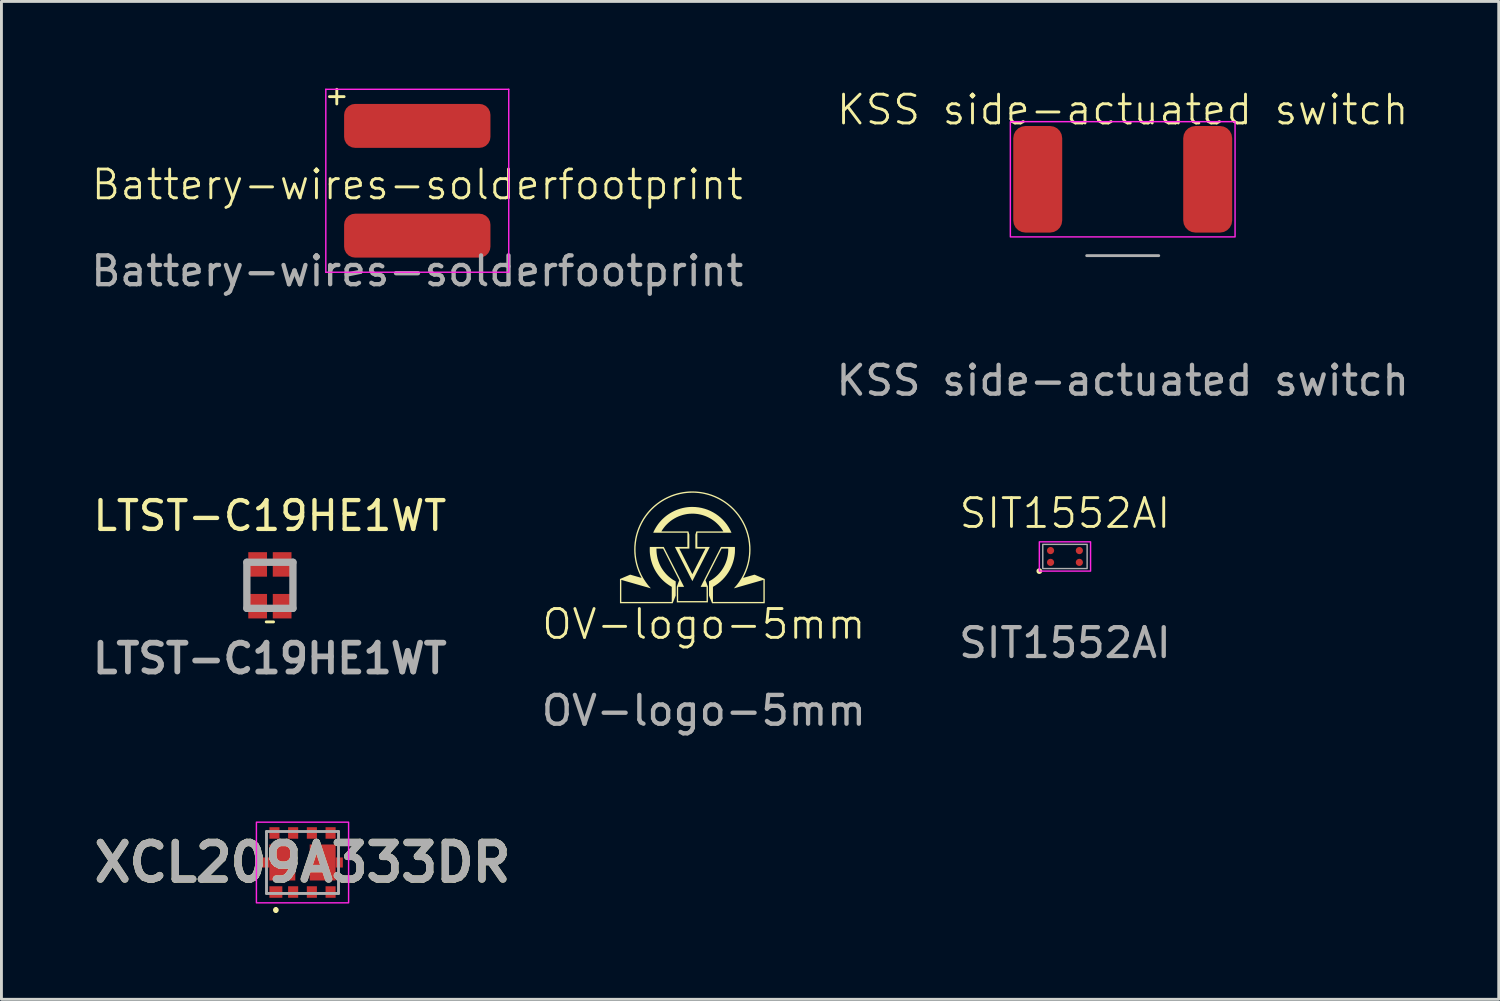
<source format=kicad_pcb>
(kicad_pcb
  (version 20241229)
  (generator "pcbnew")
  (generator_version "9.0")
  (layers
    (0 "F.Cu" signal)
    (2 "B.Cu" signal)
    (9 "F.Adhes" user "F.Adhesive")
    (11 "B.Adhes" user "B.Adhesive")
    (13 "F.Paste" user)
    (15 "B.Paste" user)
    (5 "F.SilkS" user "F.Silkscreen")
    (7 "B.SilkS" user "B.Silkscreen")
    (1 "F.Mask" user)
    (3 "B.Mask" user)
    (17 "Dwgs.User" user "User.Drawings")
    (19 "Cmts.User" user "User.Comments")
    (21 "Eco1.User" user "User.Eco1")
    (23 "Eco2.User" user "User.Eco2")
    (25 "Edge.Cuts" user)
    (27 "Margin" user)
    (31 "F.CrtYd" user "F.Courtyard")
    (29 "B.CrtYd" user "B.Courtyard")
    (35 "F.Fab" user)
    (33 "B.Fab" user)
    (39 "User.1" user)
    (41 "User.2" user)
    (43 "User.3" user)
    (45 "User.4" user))
  (footprint "LTST-C19HE1WT"
    (layer "F.Cu")
    (at 6.319 17.268)
    (property "Reference" "LTST-C19HE1WT" (at 0 -2.413 0) (unlocked yes) (layer "F.SilkS") (effects (font (size 1 1) (thickness 0.15))))
    (attr smd)
    (fp_line (start -0.127 1.27) (end 0.127 1.27) (stroke (width 0.1) (type default)) (layer "F.SilkS"))
    (fp_line (start -0.8 -0.8) (end 0.8 -0.8) (stroke (width 0.254) (type solid)) (layer "F.Fab"))
    (fp_line (start -0.8 0.8) (end -0.8 -0.8) (stroke (width 0.254) (type solid)) (layer "F.Fab"))
    (fp_line (start 0.8 -0.8) (end 0.8 0.8) (stroke (width 0.254) (type solid)) (layer "F.Fab"))
    (fp_line (start 0.8 0.8) (end -0.8 0.8) (stroke (width 0.254) (type solid)) (layer "F.Fab"))
    (fp_text user "${REFERENCE}" (at 0 2.54 0) (layer "F.Fab") (effects (font (size 1 1) (thickness 0.2) (bold yes))))
    (pad "1" smd rect (at -0.425 -0.725) (size 0.65 0.85) (layers "F.Cu" "F.Mask" "F.Paste"))
    (pad "2" smd rect (at 0.425 -0.725) (size 0.65 0.85) (layers "F.Cu" "F.Mask" "F.Paste"))
    (pad "3" smd rect (at 0.425 0.725) (size 0.65 0.85) (layers "F.Cu" "F.Mask" "F.Paste"))
    (pad "4" smd rect (at -0.425 0.725) (size 0.65 0.85) (layers "F.Cu" "F.Mask" "F.Paste")))
  (footprint "Battery-wires-solderfootprint"
    (layer "F.Cu")
    (at 11.435 3.86)
    (property "Reference" "Battery-wires-solderfootprint" (at 0 -0.5 0) (unlocked yes) (layer "F.SilkS") (effects (font (size 1 1) (thickness 0.1))))
    (attr smd)
    (fp_line (start -3.048 -3.556) (end -2.54 -3.556) (stroke (width 0.1) (type default)) (layer "F.SilkS"))
    (fp_line (start -2.794 -3.81) (end -2.794 -3.302) (stroke (width 0.1) (type default)) (layer "F.SilkS"))
    (fp_line (start -3.175 -3.81) (end -3.175 2.54) (stroke (width 0.05) (type default)) (layer "F.CrtYd"))
    (fp_line (start -3.175 2.54) (end 3.175 2.54) (stroke (width 0.05) (type default)) (layer "F.CrtYd"))
    (fp_line (start 3.175 -3.81) (end -3.175 -3.81) (stroke (width 0.05) (type default)) (layer "F.CrtYd"))
    (fp_line (start 3.175 2.54) (end 3.175 -3.81) (stroke (width 0.05) (type default)) (layer "F.CrtYd"))
    (fp_text user "${REFERENCE}" (at 0 2.5 0) (unlocked yes) (layer "F.Fab") (effects (font (size 1 1) (thickness 0.15))))
    (pad "1" smd roundrect (at 0 -2.54) (size 5.08 1.524) (layers "F.Cu" "F.Mask" "F.Paste") (roundrect_rratio 0.25))
    (pad "2" smd roundrect (at 0 1.27) (size 5.08 1.524) (layers "F.Cu" "F.Mask" "F.Paste") (roundrect_rratio 0.25)))
  (footprint "XCL209A333DR"
    (layer "F.Cu")
    (at 7.451 26.89)
    (property "Reference" "XCL209A333DR" (at 0 0 0) (layer "F.SilkS") (effects (font (size 1.27 1.27) (thickness 0.254))))
    (attr smd)
    (fp_line (start -0.925 1.6) (end -0.925 1.6) (stroke (width 0.1) (type solid)) (layer "F.SilkS"))
    (fp_line (start -0.925 1.7) (end -0.925 1.7) (stroke (width 0.1) (type solid)) (layer "F.SilkS"))
    (fp_arc (start -0.925 1.6) (mid -0.875 1.65) (end -0.925 1.7) (stroke (width 0.1) (type solid)) (layer "F.SilkS"))
    (fp_arc (start -0.925 1.7) (mid -0.975 1.65) (end -0.925 1.6) (stroke (width 0.1) (type solid)) (layer "F.SilkS"))
    (fp_rect (start -1.6 -1.4) (end 1.6 1.4) (stroke (width 0.05) (type default)) (fill no) (layer "F.CrtYd"))
    (fp_line (start -1.25 -1.075) (end 1.25 -1.075) (stroke (width 0.1) (type solid)) (layer "F.Fab"))
    (fp_line (start -1.25 1.075) (end -1.25 -1.075) (stroke (width 0.1) (type solid)) (layer "F.Fab"))
    (fp_line (start 1.25 -1.075) (end 1.25 1.075) (stroke (width 0.1) (type solid)) (layer "F.Fab"))
    (fp_line (start 1.25 1.075) (end -1.25 1.075) (stroke (width 0.1) (type solid)) (layer "F.Fab"))
    (fp_text user "${REFERENCE}" (at 0 0 0) (layer "F.Fab") (effects (font (size 1.27 1.27) (thickness 0.254))))
    (pad "1" smd rect (at -0.925 1.025 90) (size 0.4 0.45) (layers "F.Cu" "F.Mask" "F.Paste"))
    (pad "2" smd rect (at -0.325 1.025) (size 0.35 0.4) (layers "F.Cu" "F.Mask" "F.Paste"))
    (pad "3" smd rect (at 0.325 1.025) (size 0.35 0.4) (layers "F.Cu" "F.Mask" "F.Paste"))
    (pad "4" smd rect (at 0.975 1.025) (size 0.35 0.4) (layers "F.Cu" "F.Mask" "F.Paste"))
    (pad "5" smd rect (at 0.975 -1.025) (size 0.35 0.4) (layers "F.Cu" "F.Mask" "F.Paste"))
    (pad "6" smd rect (at 0.325 -1.025) (size 0.35 0.4) (layers "F.Cu" "F.Mask" "F.Paste"))
    (pad "7" smd rect (at -0.325 -1.025) (size 0.35 0.4) (layers "F.Cu" "F.Mask" "F.Paste"))
    (pad "8" smd rect (at -0.975 -1.025) (size 0.35 0.4) (layers "F.Cu" "F.Mask" "F.Paste"))
    (pad "9" smd rect (at -0.7 0) (size 0.9 1.25) (layers "F.Cu" "F.Mask" "F.Paste"))
    (pad "10" smd rect (at 0.7 0) (size 0.9 1.25) (layers "F.Cu" "F.Mask" "F.Paste"))
    (pad "11" smd rect (at -1.275 0) (size 0.25 0.35) (layers "F.Cu" "F.Mask" "F.Paste"))
    (pad "12" smd rect (at 1.275 0) (size 0.25 0.35) (layers "F.Cu" "F.Mask" "F.Paste")))
  (footprint "KSS side-actuated switch"
    (layer "F.Cu")
    (at 35.923 3.174)
    (property "Reference" "KSS side-actuated switch" (at 0 -2.413 0) (unlocked yes) (layer "F.SilkS") (effects (font (size 1 1) (thickness 0.1))))
    (attr smd)
    (fp_rect (start -3.9 -2) (end 3.9 2) (stroke (width 0.05) (type default)) (fill no) (layer "F.CrtYd"))
    (fp_line (start -1.25 2.65) (end 1.25 2.65) (stroke (width 0.1) (type default)) (layer "F.Fab"))
    (fp_text user "${REFERENCE}" (at 0 6.985 0) (unlocked yes) (layer "F.Fab") (effects (font (size 1 1) (thickness 0.15))))
    (pad "1" smd roundrect (at -2.95 0) (size 1.7 3.7) (layers "F.Cu" "F.Mask" "F.Paste") (roundrect_rratio 0.25))
    (pad "2" smd roundrect (at 2.95 0) (size 1.7 3.7) (layers "F.Cu" "F.Mask" "F.Paste") (roundrect_rratio 0.25)))
  (footprint "SIT1552AI"
    (layer "F.Cu")
    (at 33.918 16.267)
    (property "Reference" "SIT1552AI" (at 0 -1.5 0) (unlocked yes) (layer "F.SilkS") (effects (font (size 1 1) (thickness 0.1))))
    (attr smd)
    (fp_circle (center -0.5 -0.205) (end -0.325 -0.205) (stroke (width 0) (type solid)) (fill yes) (layer "F.Mask"))
    (fp_circle (center -0.5 0.205) (end -0.325 0.205) (stroke (width 0) (type solid)) (fill yes) (layer "F.Mask"))
    (fp_circle (center 0.5 -0.205) (end 0.675 -0.205) (stroke (width 0) (type solid)) (fill yes) (layer "F.Mask"))
    (fp_circle (center 0.5 0.205) (end 0.675 0.205) (stroke (width 0) (type solid)) (fill yes) (layer "F.Mask"))
    (fp_circle (center -0.889 0.508) (end -0.889 0.508) (stroke (width 0.1) (type default)) (fill no) (layer "F.SilkS"))
    (fp_rect (start -0.889 -0.508) (end 0.889 0.508) (stroke (width 0.05) (type default)) (fill no) (layer "F.CrtYd"))
    (fp_rect (start -0.77 -0.42) (end 0.77 0.42) (stroke (width 0.05) (type default)) (fill no) (layer "F.Fab"))
    (fp_text user "${REFERENCE}" (at 0 3 0) (unlocked yes) (layer "F.Fab") (effects (font (size 1 1) (thickness 0.15))))
    (pad "1" smd circle (at -0.5 0.205) (size 0.25 0.25) (layers "F.Cu" "F.Mask" "F.Paste"))
    (pad "2" smd circle (at 0.5 0.205) (size 0.25 0.25) (layers "F.Cu" "F.Mask" "F.Paste"))
    (pad "3" smd circle (at 0.5 -0.205) (size 0.25 0.25) (layers "F.Cu" "F.Mask" "F.Paste"))
    (pad "4" smd circle (at -0.5 -0.205) (size 0.25 0.25) (layers "F.Cu" "F.Mask" "F.Paste")))
  (footprint "OV-logo-5mm"
    (layer "F.Cu")
    (at 20.984 16.883)
    (property "Reference" "OV-logo-5mm" (at 0.398 1.734 0) (unlocked yes) (layer "F.SilkS") (effects (font (size 1 1) (thickness 0.1))))
    (attr smd)
    (fp_poly (pts (xy 0.11 -2.332) (xy 0.219 -2.32) (xy 0.325 -2.3) (xy 0.429 -2.272) (xy 0.53 -2.238) (xy 0.629 -2.196) (xy 0.723 -2.147) (xy 0.814 -2.092) (xy 0.901 -2.03) (xy 0.983 -1.962) (xy 1.06 -1.889) (xy 1.132 -1.809) (xy 1.198 -1.725) (xy 1.258 -1.635) (xy 1.312 -1.54) (xy 1.359 -1.44) (xy 0.173 -1.44) (xy 0.173 -0.947) (xy 0.606 -0.947) (xy 0 0.241) (xy -0.606 -0.947) (xy -0.173 -0.947) (xy -0.173 -1.44) (xy -1.359 -1.44) (xy -1.338 -1.487) (xy -1.075 -1.487) (xy -0.138 -1.487) (xy -0.104 -1.373) (xy -0.104 -0.889) (xy -0.453 -0.889) (xy 0 0) (xy 0.453 -0.889) (xy 0.104 -0.889) (xy 0.104 -1.373) (xy 0.138 -1.487) (xy 1.075 -1.487) (xy 1.053 -1.522) (xy 1.031 -1.556) (xy 1.007 -1.59) (xy 0.983 -1.622) (xy 0.957 -1.654) (xy 0.931 -1.685) (xy 0.904 -1.714) (xy 0.875 -1.743) (xy 0.846 -1.771) (xy 0.816 -1.798) (xy 0.786 -1.824) (xy 0.754 -1.849) (xy 0.722 -1.872) (xy 0.689 -1.895) (xy 0.655 -1.917) (xy 0.62 -1.937) (xy 0.585 -1.956) (xy 0.55 -1.975) (xy 0.513 -1.992) (xy 0.476 -2.008) (xy 0.439 -2.023) (xy 0.401 -2.036) (xy 0.363 -2.049) (xy 0.324 -2.06) (xy 0.285 -2.07) (xy 0.245 -2.078) (xy 0.205 -2.086) (xy 0.165 -2.092) (xy 0.124 -2.096) (xy 0.083 -2.1) (xy 0.042 -2.102) (xy 0 -2.102) (xy -0.083 -2.1) (xy -0.165 -2.092) (xy -0.245 -2.078) (xy -0.324 -2.06) (xy -0.401 -2.036) (xy -0.476 -2.008) (xy -0.55 -1.975) (xy -0.62 -1.937) (xy -0.689 -1.895) (xy -0.754 -1.849) (xy -0.816 -1.798) (xy -0.875 -1.743) (xy -0.931 -1.685) (xy -0.983 -1.622) (xy -1.031 -1.556) (xy -1.075 -1.487) (xy -1.338 -1.487) (xy -1.337 -1.491) (xy -1.312 -1.54) (xy -1.286 -1.588) (xy -1.258 -1.635) (xy -1.229 -1.68) (xy -1.198 -1.725) (xy -1.166 -1.768) (xy -1.132 -1.809) (xy -1.096 -1.85) (xy -1.06 -1.889) (xy -1.022 -1.926) (xy -0.983 -1.962) (xy -0.942 -1.997) (xy -0.901 -2.03) (xy -0.858 -2.062) (xy -0.814 -2.092) (xy -0.769 -2.12) (xy -0.723 -2.147) (xy -0.676 -2.172) (xy -0.629 -2.196) (xy -0.58 -2.218) (xy -0.53 -2.238) (xy -0.48 -2.256) (xy -0.429 -2.272) (xy -0.377 -2.287) (xy -0.325 -2.3) (xy -0.272 -2.311) (xy -0.219 -2.32) (xy -0.165 -2.327) (xy -0.11 -2.332) (xy -0.055 -2.335) (xy 0 -2.336)) (stroke (width 0) (type solid)) (fill yes) (layer "F.SilkS"))
    (fp_poly (pts (xy 0.138 -2.871) (xy 0.273 -2.857) (xy 0.407 -2.834) (xy 0.538 -2.803) (xy 0.666 -2.763) (xy 0.791 -2.714) (xy 0.912 -2.658) (xy 1.029 -2.594) (xy 1.142 -2.522) (xy 1.249 -2.443) (xy 1.352 -2.357) (xy 1.448 -2.264) (xy 1.539 -2.164) (xy 1.623 -2.058) (xy 1.701 -1.945) (xy 1.771 -1.827) (xy 1.83 -1.711) (xy 1.881 -1.592) (xy 1.924 -1.471) (xy 1.959 -1.348) (xy 1.986 -1.224) (xy 2.005 -1.099) (xy 2.016 -0.973) (xy 2.019 -0.847) (xy 2.015 -0.721) (xy 2.002 -0.595) (xy 1.982 -0.47) (xy 1.954 -0.347) (xy 1.918 -0.225) (xy 1.874 -0.105) (xy 1.823 0.013) (xy 1.763 0.128) (xy 2.158 0.015) (xy 2.513 0.166) (xy 2.513 1.008) (xy 0.683 1.008) (xy 0.578 0.741) (xy 0.578 0.248) (xy 0.602 0.234) (xy 0.64 0.213) (xy 0.677 0.19) (xy 0.713 0.166) (xy 0.748 0.14) (xy 0.782 0.114) (xy 0.814 0.087) (xy 0.846 0.058) (xy 0.877 0.029) (xy 0.906 -0.001) (xy 0.935 -0.033) (xy 0.962 -0.065) (xy 0.988 -0.098) (xy 1.014 -0.132) (xy 1.037 -0.166) (xy 1.06 -0.202) (xy 1.082 -0.238) (xy 1.102 -0.275) (xy 1.121 -0.312) (xy 1.139 -0.35) (xy 1.155 -0.389) (xy 1.17 -0.428) (xy 1.184 -0.468) (xy 1.197 -0.509) (xy 1.208 -0.549) (xy 1.217 -0.591) (xy 1.226 -0.632) (xy 1.233 -0.674) (xy 1.238 -0.717) (xy 1.242 -0.759) (xy 1.245 -0.802) (xy 1.246 -0.846) (xy 1.246 -0.889) (xy 1.016 -0.889) (xy 0.456 0.21) (xy 0.54 0.43) (xy 0.54 0.979) (xy -0.54 0.979) (xy -0.54 0.43) (xy -0.456 0.21) (xy -1.016 -0.889) (xy -1.246 -0.889) (xy -1.245 -0.802) (xy -1.238 -0.717) (xy -1.226 -0.632) (xy -1.208 -0.549) (xy -1.184 -0.468) (xy -1.155 -0.389) (xy -1.121 -0.312) (xy -1.082 -0.238) (xy -1.037 -0.166) (xy -0.988 -0.098) (xy -0.935 -0.033) (xy -0.877 0.029) (xy -0.814 0.087) (xy -0.748 0.14) (xy -0.677 0.19) (xy -0.602 0.234) (xy -0.578 0.248) (xy -0.578 0.741) (xy -0.683 1.008) (xy -2.513 1.008) (xy -2.513 0.961) (xy -2.466 0.961) (xy -0.715 0.961) (xy -0.715 0.439) (xy -0.761 0.412) (xy -0.806 0.384) (xy -0.85 0.354) (xy -0.893 0.323) (xy -0.934 0.291) (xy -0.974 0.257) (xy -1.013 0.222) (xy -1.05 0.186) (xy -1.086 0.148) (xy -1.12 0.11) (xy -1.153 0.07) (xy -1.185 0.029) (xy -1.215 -0.013) (xy -1.244 -0.055) (xy -1.271 -0.099) (xy -1.297 -0.144) (xy -1.321 -0.189) (xy -1.343 -0.236) (xy -1.364 -0.283) (xy -1.383 -0.331) (xy -1.4 -0.379) (xy -1.416 -0.429) (xy -1.43 -0.478) (xy -1.443 -0.529) (xy -1.453 -0.58) (xy -1.462 -0.631) (xy -1.469 -0.683) (xy -1.475 -0.735) (xy -1.478 -0.788) (xy -1.479 -0.841) (xy -1.479 -0.894) (xy -1.477 -0.947) (xy -0.993 -0.947) (xy -0.287 0.439) (xy -0.493 0.439) (xy -0.493 0.932) (xy 0.493 0.932) (xy 0.493 0.439) (xy 0.287 0.439) (xy 0.993 -0.947) (xy 1.477 -0.947) (xy 1.479 -0.841) (xy 1.475 -0.735) (xy 1.462 -0.631) (xy 1.443 -0.529) (xy 1.416 -0.429) (xy 1.383 -0.331) (xy 1.343 -0.236) (xy 1.297 -0.144) (xy 1.244 -0.055) (xy 1.185 0.029) (xy 1.12 0.11) (xy 1.05 0.186) (xy 0.974 0.257) (xy 0.893 0.323) (xy 0.806 0.384) (xy 0.715 0.439) (xy 0.715 0.961) (xy 2.466 0.961) (xy 2.466 0.197) (xy 1.441 0.491) (xy 1.537 0.38) (xy 1.624 0.264) (xy 1.701 0.143) (xy 1.769 0.017) (xy 1.827 -0.113) (xy 1.876 -0.246) (xy 1.915 -0.382) (xy 1.944 -0.52) (xy 1.963 -0.66) (xy 1.972 -0.801) (xy 1.971 -0.943) (xy 1.959 -1.085) (xy 1.938 -1.226) (xy 1.906 -1.367) (xy 1.863 -1.505) (xy 1.81 -1.642) (xy 1.779 -1.709) (xy 1.746 -1.774) (xy 1.711 -1.838) (xy 1.674 -1.9) (xy 1.635 -1.96) (xy 1.594 -2.019) (xy 1.551 -2.076) (xy 1.505 -2.131) (xy 1.458 -2.185) (xy 1.41 -2.237) (xy 1.359 -2.286) (xy 1.307 -2.334) (xy 1.253 -2.38) (xy 1.198 -2.424) (xy 1.141 -2.466) (xy 1.082 -2.506) (xy 1.022 -2.543) (xy 0.961 -2.579) (xy 0.899 -2.612) (xy 0.835 -2.643) (xy 0.771 -2.672) (xy 0.705 -2.699) (xy 0.638 -2.723) (xy 0.57 -2.745) (xy 0.502 -2.764) (xy 0.432 -2.781) (xy 0.362 -2.796) (xy 0.291 -2.808) (xy 0.219 -2.817) (xy 0.146 -2.824) (xy 0.073 -2.828) (xy 0 -2.829) (xy -0.146 -2.824) (xy -0.291 -2.808) (xy -0.432 -2.781) (xy -0.57 -2.745) (xy -0.705 -2.699) (xy -0.835 -2.643) (xy -0.961 -2.579) (xy -1.082 -2.506) (xy -1.198 -2.424) (xy -1.307 -2.334) (xy -1.41 -2.237) (xy -1.505 -2.131) (xy -1.594 -2.019) (xy -1.674 -1.9) (xy -1.746 -1.774) (xy -1.81 -1.642) (xy -1.863 -1.505) (xy -1.906 -1.367) (xy -1.938 -1.226) (xy -1.959 -1.085) (xy -1.971 -0.943) (xy -1.972 -0.801) (xy -1.963 -0.66) (xy -1.944 -0.52) (xy -1.915 -0.382) (xy -1.876 -0.246) (xy -1.827 -0.113) (xy -1.769 0.017) (xy -1.701 0.143) (xy -1.623 0.264) (xy -1.537 0.38) (xy -1.441 0.491) (xy -2.466 0.197) (xy -2.466 0.961) (xy -2.513 0.961) (xy -2.513 0.166) (xy -2.158 0.015) (xy -1.763 0.128) (xy -1.823 0.013) (xy -1.874 -0.105) (xy -1.918 -0.225) (xy -1.954 -0.347) (xy -1.982 -0.47) (xy -2.002 -0.595) (xy -2.015 -0.721) (xy -2.019 -0.847) (xy -2.016 -0.973) (xy -2.005 -1.099) (xy -1.986 -1.224) (xy -1.959 -1.348) (xy -1.924 -1.471) (xy -1.881 -1.592) (xy -1.83 -1.711) (xy -1.771 -1.827) (xy -1.737 -1.887) (xy -1.701 -1.945) (xy -1.663 -2.002) (xy -1.623 -2.058) (xy -1.582 -2.112) (xy -1.539 -2.164) (xy -1.495 -2.215) (xy -1.448 -2.264) (xy -1.401 -2.311) (xy -1.352 -2.357) (xy -1.301 -2.401) (xy -1.249 -2.443) (xy -1.196 -2.483) (xy -1.142 -2.522) (xy -1.086 -2.559) (xy -1.029 -2.594) (xy -0.971 -2.627) (xy -0.912 -2.658) (xy -0.852 -2.687) (xy -0.791 -2.714) (xy -0.729 -2.74) (xy -0.666 -2.763) (xy -0.602 -2.784) (xy -0.538 -2.803) (xy -0.473 -2.82) (xy -0.407 -2.834) (xy -0.34 -2.847) (xy -0.273 -2.857) (xy -0.206 -2.865) (xy -0.138 -2.871) (xy -0.069 -2.875) (xy 0 -2.876)) (stroke (width 0) (type solid)) (fill yes) (layer "F.SilkS"))
    (fp_text user "${REFERENCE}" (at 0.398 4.734 0) (unlocked yes) (layer "F.Fab") (effects (font (size 1 1) (thickness 0.15)))))
  (gr_rect
    (start -3 -3)
    (end 48.976 31.64)
    (stroke (width 0.1) (type default))
    (fill no)
    (layer "Edge.Cuts")))
</source>
